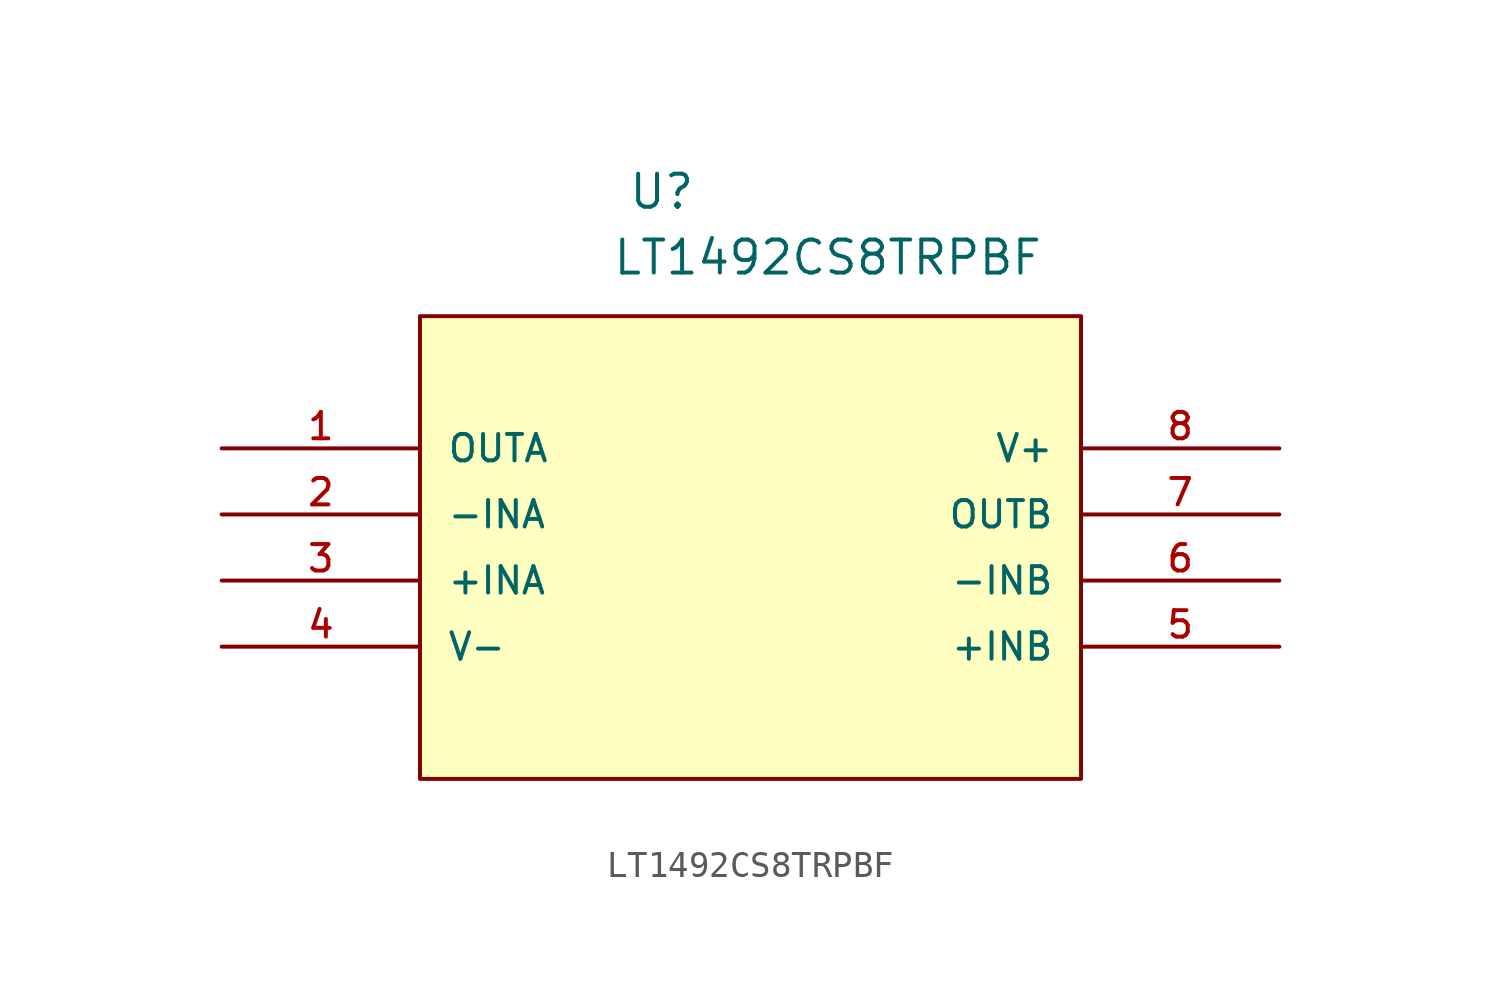
<source format=kicad_sym>
(kicad_symbol_lib
  (version 20211014)
  (generator kicad_symbol_editor)
  (symbol "LT1492CS8TRPBF"
    (pin_names
      (offset 1.016))
    (property "Reference" "U"
      (at 15.6 9.121 0.0)
      (effects (font (size 1.27 1.27)) (justify bottom left)))
    (property "Value" "LT1492CS8TRPBF"
      (at 14.99 6.591 0.0)
      (effects (font (size 1.27 1.27)) (justify bottom left)))
    (symbol "LT1492CS8TRPBF_0_0"
      (rectangle (start 7.62 -12.7) (end 33.02 5.08) (stroke (width 0.152)) (fill (type background)))
      (pin output line (at 0.0 0.0 0) (length 7.62) (name "OUTA" (effects (font (size 1.016 1.016)))) (number "1" (effects (font (size 1.016 1.016)))))
      (pin input line (at 0.0 -2.54 0) (length 7.62) (name "-INA" (effects (font (size 1.016 1.016)))) (number "2" (effects (font (size 1.016 1.016)))))
      (pin input line (at 0.0 -5.08 0) (length 7.62) (name "+INA" (effects (font (size 1.016 1.016)))) (number "3" (effects (font (size 1.016 1.016)))))
      (pin power_in line (at 0.0 -7.62 0) (length 7.62) (name "V-" (effects (font (size 1.016 1.016)))) (number "4" (effects (font (size 1.016 1.016)))))
      (pin input line (at 40.64 -7.62 180.0) (length 7.62) (name "+INB" (effects (font (size 1.016 1.016)))) (number "5" (effects (font (size 1.016 1.016)))))
      (pin input line (at 40.64 -5.08 180.0) (length 7.62) (name "-INB" (effects (font (size 1.016 1.016)))) (number "6" (effects (font (size 1.016 1.016)))))
      (pin output line (at 40.64 -2.54 180.0) (length 7.62) (name "OUTB" (effects (font (size 1.016 1.016)))) (number "7" (effects (font (size 1.016 1.016)))))
      (pin power_in line (at 40.64 0.0 180.0) (length 7.62) (name "V+" (effects (font (size 1.016 1.016)))) (number "8" (effects (font (size 1.016 1.016))))))))
</source>
